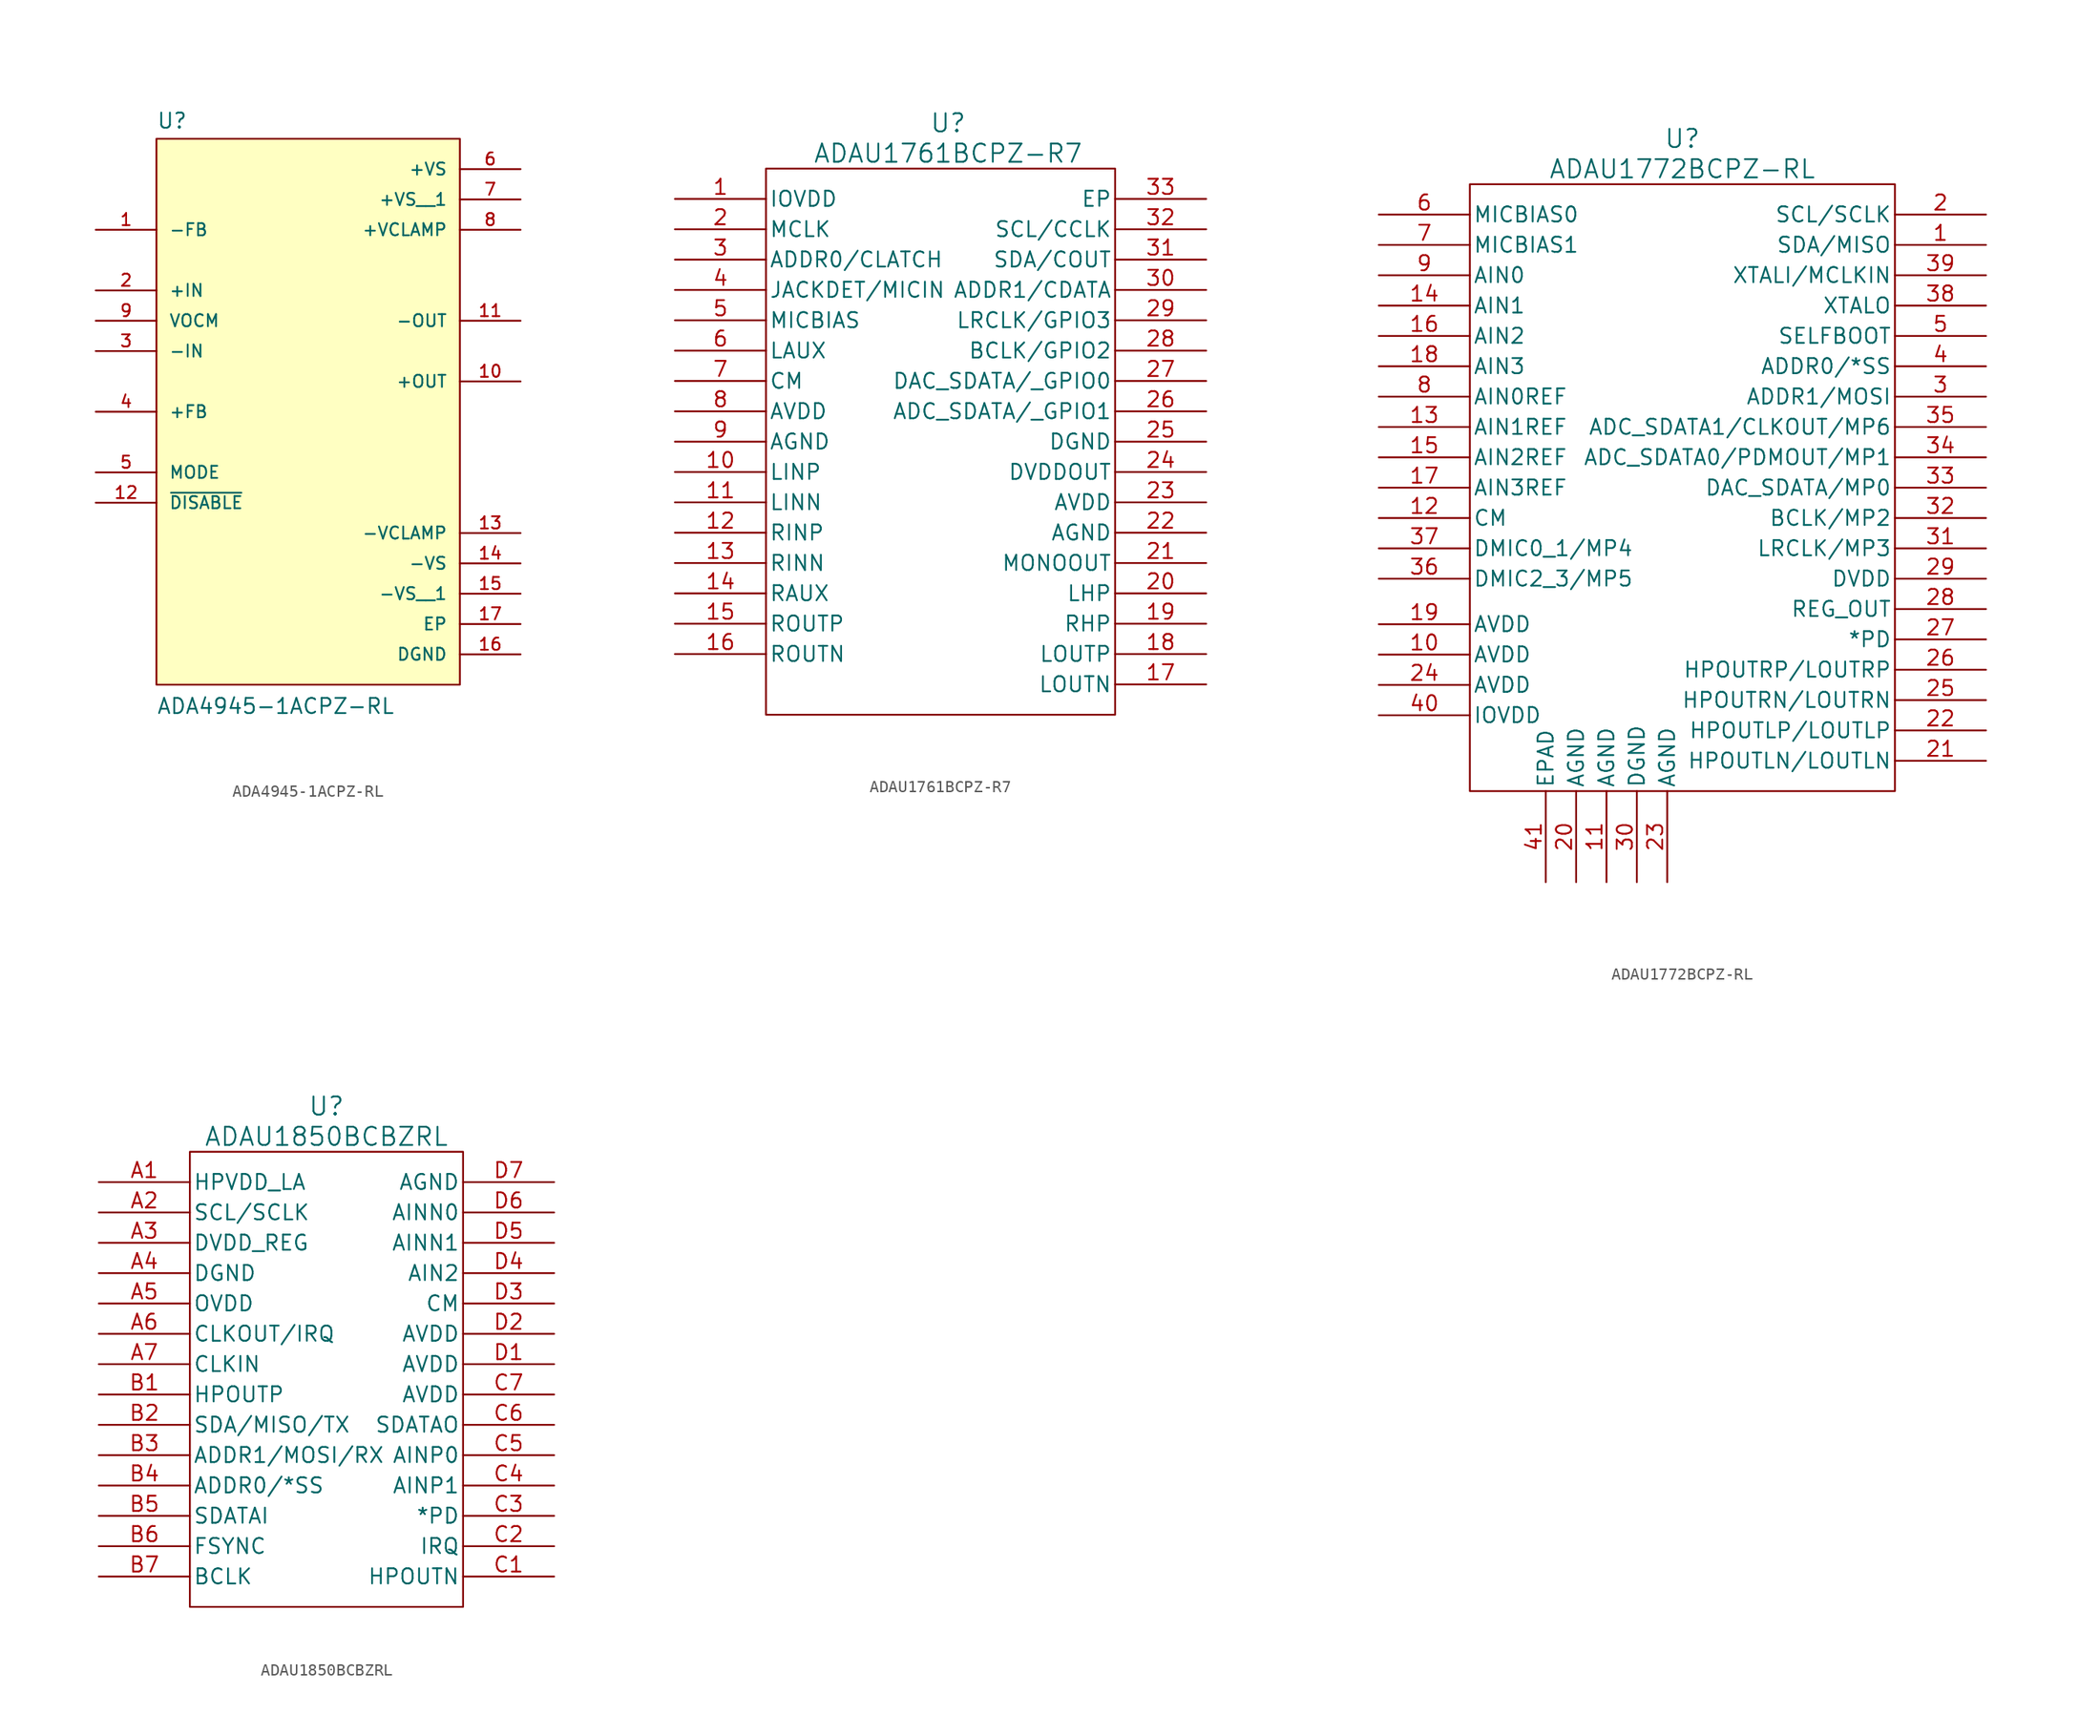
<source format=kicad_sym>
(kicad_symbol_lib
  (version 20231120)
  (generator "kicad_symbol_editor")
  (generator_version "8.0")
  (symbol "ADA4945-1ACPZ-RL"
    (pin_names
      (offset 1.016))
    (property "Reference" "U"
      (at -12.7 21.082 0)
      (effects (font (size 1.27 1.27)) (justify left bottom)))
    (property "Value" "ADA4945-1ACPZ-RL"
      (at -12.7 -27.94 0)
      (effects (font (size 1.27 1.27)) (justify left bottom)))
    (symbol "ADA4945-1ACPZ-RL_0_0"
      (rectangle (start -12.7 -25.4) (end 12.7 20.32) (stroke (width 0.152) (type default)) (fill (type background)))
      (pin input line (at -17.78 12.7 0) (length 5.08) (name "-FB" (effects (font (size 1.016 1.016)))) (number "1" (effects (font (size 1.016 1.016)))))
      (pin output line (at 17.78 0 180) (length 5.08) (name "+OUT" (effects (font (size 1.016 1.016)))) (number "10" (effects (font (size 1.016 1.016)))))
      (pin output line (at 17.78 5.08 180) (length 5.08) (name "-OUT" (effects (font (size 1.016 1.016)))) (number "11" (effects (font (size 1.016 1.016)))))
      (pin input line (at -17.78 -10.16 0) (length 5.08) (name "~{DISABLE}" (effects (font (size 1.016 1.016)))) (number "12" (effects (font (size 1.016 1.016)))))
      (pin power_in line (at 17.78 -12.7 180) (length 5.08) (name "-VCLAMP" (effects (font (size 1.016 1.016)))) (number "13" (effects (font (size 1.016 1.016)))))
      (pin power_in line (at 17.78 -15.24 180) (length 5.08) (name "-VS" (effects (font (size 1.016 1.016)))) (number "14" (effects (font (size 1.016 1.016)))))
      (pin power_in line (at 17.78 -17.78 180) (length 5.08) (name "-VS__1" (effects (font (size 1.016 1.016)))) (number "15" (effects (font (size 1.016 1.016)))))
      (pin power_in line (at 17.78 -22.86 180) (length 5.08) (name "DGND" (effects (font (size 1.016 1.016)))) (number "16" (effects (font (size 1.016 1.016)))))
      (pin power_in line (at 17.78 -20.32 180) (length 5.08) (name "EP" (effects (font (size 1.016 1.016)))) (number "17" (effects (font (size 1.016 1.016)))))
      (pin input line (at -17.78 7.62 0) (length 5.08) (name "+IN" (effects (font (size 1.016 1.016)))) (number "2" (effects (font (size 1.016 1.016)))))
      (pin input line (at -17.78 2.54 0) (length 5.08) (name "-IN" (effects (font (size 1.016 1.016)))) (number "3" (effects (font (size 1.016 1.016)))))
      (pin input line (at -17.78 -2.54 0) (length 5.08) (name "+FB" (effects (font (size 1.016 1.016)))) (number "4" (effects (font (size 1.016 1.016)))))
      (pin input line (at -17.78 -7.62 0) (length 5.08) (name "MODE" (effects (font (size 1.016 1.016)))) (number "5" (effects (font (size 1.016 1.016)))))
      (pin power_in line (at 17.78 17.78 180) (length 5.08) (name "+VS" (effects (font (size 1.016 1.016)))) (number "6" (effects (font (size 1.016 1.016)))))
      (pin power_in line (at 17.78 15.24 180) (length 5.08) (name "+VS__1" (effects (font (size 1.016 1.016)))) (number "7" (effects (font (size 1.016 1.016)))))
      (pin power_in line (at 17.78 12.7 180) (length 5.08) (name "+VCLAMP" (effects (font (size 1.016 1.016)))) (number "8" (effects (font (size 1.016 1.016)))))
      (pin passive line (at -17.78 5.08 0) (length 5.08) (name "VOCM" (effects (font (size 1.016 1.016)))) (number "9" (effects (font (size 1.016 1.016)))))))
  (symbol "ADAU1761BCPZ-R7"
    (pin_names
      (offset 0.254))
    (property "Reference" "U"
      (at 22.86 6.35 0)
      (effects (font (size 1.524 1.524))))
    (property "Value" "ADAU1761BCPZ-R7"
      (at 22.86 3.81 0)
      (effects (font (size 1.524 1.524))))
    (symbol "ADAU1761BCPZ-R7_0_1"
      (pin power_in line (at 0 0 0) (length 7.62) (name "IOVDD" (effects (font (size 1.27 1.27)))) (number "1" (effects (font (size 1.27 1.27)))))
      (pin unspecified line (at 0 -22.86 0) (length 7.62) (name "LINP" (effects (font (size 1.27 1.27)))) (number "10" (effects (font (size 1.27 1.27)))))
      (pin unspecified line (at 0 -25.4 0) (length 7.62) (name "LINN" (effects (font (size 1.27 1.27)))) (number "11" (effects (font (size 1.27 1.27)))))
      (pin unspecified line (at 0 -27.94 0) (length 7.62) (name "RINP" (effects (font (size 1.27 1.27)))) (number "12" (effects (font (size 1.27 1.27)))))
      (pin unspecified line (at 0 -30.48 0) (length 7.62) (name "RINN" (effects (font (size 1.27 1.27)))) (number "13" (effects (font (size 1.27 1.27)))))
      (pin unspecified line (at 0 -33.02 0) (length 7.62) (name "RAUX" (effects (font (size 1.27 1.27)))) (number "14" (effects (font (size 1.27 1.27)))))
      (pin unspecified line (at 0 -35.56 0) (length 7.62) (name "ROUTP" (effects (font (size 1.27 1.27)))) (number "15" (effects (font (size 1.27 1.27)))))
      (pin unspecified line (at 0 -38.1 0) (length 7.62) (name "ROUTN" (effects (font (size 1.27 1.27)))) (number "16" (effects (font (size 1.27 1.27)))))
      (pin unspecified line (at 44.45 -40.64 180) (length 7.62) (name "LOUTN" (effects (font (size 1.27 1.27)))) (number "17" (effects (font (size 1.27 1.27)))))
      (pin unspecified line (at 44.45 -38.1 180) (length 7.62) (name "LOUTP" (effects (font (size 1.27 1.27)))) (number "18" (effects (font (size 1.27 1.27)))))
      (pin unspecified line (at 44.45 -35.56 180) (length 7.62) (name "RHP" (effects (font (size 1.27 1.27)))) (number "19" (effects (font (size 1.27 1.27)))))
      (pin unspecified line (at 0 -2.54 0) (length 7.62) (name "MCLK" (effects (font (size 1.27 1.27)))) (number "2" (effects (font (size 1.27 1.27)))))
      (pin unspecified line (at 44.45 -33.02 180) (length 7.62) (name "LHP" (effects (font (size 1.27 1.27)))) (number "20" (effects (font (size 1.27 1.27)))))
      (pin unspecified line (at 44.45 -30.48 180) (length 7.62) (name "MONOOUT" (effects (font (size 1.27 1.27)))) (number "21" (effects (font (size 1.27 1.27)))))
      (pin unspecified line (at 44.45 -27.94 180) (length 7.62) (name "AGND" (effects (font (size 1.27 1.27)))) (number "22" (effects (font (size 1.27 1.27)))))
      (pin power_in line (at 44.45 -25.4 180) (length 7.62) (name "AVDD" (effects (font (size 1.27 1.27)))) (number "23" (effects (font (size 1.27 1.27)))))
      (pin power_in line (at 44.45 -22.86 180) (length 7.62) (name "DVDDOUT" (effects (font (size 1.27 1.27)))) (number "24" (effects (font (size 1.27 1.27)))))
      (pin unspecified line (at 44.45 -20.32 180) (length 7.62) (name "DGND" (effects (font (size 1.27 1.27)))) (number "25" (effects (font (size 1.27 1.27)))))
      (pin unspecified line (at 44.45 -17.78 180) (length 7.62) (name "ADC_SDATA/_GPIO1" (effects (font (size 1.27 1.27)))) (number "26" (effects (font (size 1.27 1.27)))))
      (pin unspecified line (at 44.45 -15.24 180) (length 7.62) (name "DAC_SDATA/_GPIO0" (effects (font (size 1.27 1.27)))) (number "27" (effects (font (size 1.27 1.27)))))
      (pin unspecified line (at 44.45 -12.7 180) (length 7.62) (name "BCLK/GPIO2" (effects (font (size 1.27 1.27)))) (number "28" (effects (font (size 1.27 1.27)))))
      (pin unspecified line (at 44.45 -10.16 180) (length 7.62) (name "LRCLK/GPIO3" (effects (font (size 1.27 1.27)))) (number "29" (effects (font (size 1.27 1.27)))))
      (pin unspecified line (at 0 -5.08 0) (length 7.62) (name "ADDR0/CLATCH" (effects (font (size 1.27 1.27)))) (number "3" (effects (font (size 1.27 1.27)))))
      (pin unspecified line (at 44.45 -7.62 180) (length 7.62) (name "ADDR1/CDATA" (effects (font (size 1.27 1.27)))) (number "30" (effects (font (size 1.27 1.27)))))
      (pin unspecified line (at 44.45 -5.08 180) (length 7.62) (name "SDA/COUT" (effects (font (size 1.27 1.27)))) (number "31" (effects (font (size 1.27 1.27)))))
      (pin unspecified line (at 44.45 -2.54 180) (length 7.62) (name "SCL/CCLK" (effects (font (size 1.27 1.27)))) (number "32" (effects (font (size 1.27 1.27)))))
      (pin unspecified line (at 44.45 0 180) (length 7.62) (name "EP" (effects (font (size 1.27 1.27)))) (number "33" (effects (font (size 1.27 1.27)))))
      (pin unspecified line (at 0 -7.62 0) (length 7.62) (name "JACKDET/MICIN" (effects (font (size 1.27 1.27)))) (number "4" (effects (font (size 1.27 1.27)))))
      (pin unspecified line (at 0 -10.16 0) (length 7.62) (name "MICBIAS" (effects (font (size 1.27 1.27)))) (number "5" (effects (font (size 1.27 1.27)))))
      (pin unspecified line (at 0 -12.7 0) (length 7.62) (name "LAUX" (effects (font (size 1.27 1.27)))) (number "6" (effects (font (size 1.27 1.27)))))
      (pin unspecified line (at 0 -15.24 0) (length 7.62) (name "CM" (effects (font (size 1.27 1.27)))) (number "7" (effects (font (size 1.27 1.27)))))
      (pin power_in line (at 0 -17.78 0) (length 7.62) (name "AVDD" (effects (font (size 1.27 1.27)))) (number "8" (effects (font (size 1.27 1.27)))))
      (pin unspecified line (at 0 -20.32 0) (length 7.62) (name "AGND" (effects (font (size 1.27 1.27)))) (number "9" (effects (font (size 1.27 1.27))))))
    (symbol "ADAU1761BCPZ-R7_1_1"
      (rectangle (start 7.62 2.54) (end 36.83 -43.18) (stroke (width 0) (type default)) (fill (type none)))))
  (symbol "ADAU1772BCPZ-RL"
    (pin_names
      (offset 0.254))
    (property "Reference" "U"
      (at 25.4 6.35 0)
      (effects (font (size 1.524 1.524))))
    (property "Value" "ADAU1772BCPZ-RL"
      (at 25.4 3.81 0)
      (effects (font (size 1.524 1.524))))
    (symbol "ADAU1772BCPZ-RL_0_1"
      (pin bidirectional line (at 50.8 -2.54 180) (length 7.62) (name "SDA/MISO" (effects (font (size 1.27 1.27)))) (number "1" (effects (font (size 1.27 1.27)))))
      (pin power_in line (at 0 -36.83 0) (length 7.62) (name "AVDD" (effects (font (size 1.27 1.27)))) (number "10" (effects (font (size 1.27 1.27)))))
      (pin power_in line (at 19.05 -55.88 90) (length 7.62) (name "AGND" (effects (font (size 1.27 1.27)))) (number "11" (effects (font (size 1.27 1.27)))))
      (pin output line (at 0 -25.4 0) (length 7.62) (name "CM" (effects (font (size 1.27 1.27)))) (number "12" (effects (font (size 1.27 1.27)))))
      (pin input line (at 0 -17.78 0) (length 7.62) (name "AIN1REF" (effects (font (size 1.27 1.27)))) (number "13" (effects (font (size 1.27 1.27)))))
      (pin input line (at 0 -7.62 0) (length 7.62) (name "AIN1" (effects (font (size 1.27 1.27)))) (number "14" (effects (font (size 1.27 1.27)))))
      (pin input line (at 0 -20.32 0) (length 7.62) (name "AIN2REF" (effects (font (size 1.27 1.27)))) (number "15" (effects (font (size 1.27 1.27)))))
      (pin input line (at 0 -10.16 0) (length 7.62) (name "AIN2" (effects (font (size 1.27 1.27)))) (number "16" (effects (font (size 1.27 1.27)))))
      (pin input line (at 0 -22.86 0) (length 7.62) (name "AIN3REF" (effects (font (size 1.27 1.27)))) (number "17" (effects (font (size 1.27 1.27)))))
      (pin input line (at 0 -12.7 0) (length 7.62) (name "AIN3" (effects (font (size 1.27 1.27)))) (number "18" (effects (font (size 1.27 1.27)))))
      (pin power_in line (at 0 -34.29 0) (length 7.62) (name "AVDD" (effects (font (size 1.27 1.27)))) (number "19" (effects (font (size 1.27 1.27)))))
      (pin input line (at 50.8 0 180) (length 7.62) (name "SCL/SCLK" (effects (font (size 1.27 1.27)))) (number "2" (effects (font (size 1.27 1.27)))))
      (pin power_in line (at 16.51 -55.88 90) (length 7.62) (name "AGND" (effects (font (size 1.27 1.27)))) (number "20" (effects (font (size 1.27 1.27)))))
      (pin output line (at 50.8 -45.72 180) (length 7.62) (name "HPOUTLN/LOUTLN" (effects (font (size 1.27 1.27)))) (number "21" (effects (font (size 1.27 1.27)))))
      (pin output line (at 50.8 -43.18 180) (length 7.62) (name "HPOUTLP/LOUTLP" (effects (font (size 1.27 1.27)))) (number "22" (effects (font (size 1.27 1.27)))))
      (pin power_in line (at 24.13 -55.88 90) (length 7.62) (name "AGND" (effects (font (size 1.27 1.27)))) (number "23" (effects (font (size 1.27 1.27)))))
      (pin power_in line (at 0 -39.37 0) (length 7.62) (name "AVDD" (effects (font (size 1.27 1.27)))) (number "24" (effects (font (size 1.27 1.27)))))
      (pin output line (at 50.8 -40.64 180) (length 7.62) (name "HPOUTRN/LOUTRN" (effects (font (size 1.27 1.27)))) (number "25" (effects (font (size 1.27 1.27)))))
      (pin output line (at 50.8 -38.1 180) (length 7.62) (name "HPOUTRP/LOUTRP" (effects (font (size 1.27 1.27)))) (number "26" (effects (font (size 1.27 1.27)))))
      (pin input line (at 50.8 -35.56 180) (length 7.62) (name "*PD" (effects (font (size 1.27 1.27)))) (number "27" (effects (font (size 1.27 1.27)))))
      (pin output line (at 50.8 -33.02 180) (length 7.62) (name "REG_OUT" (effects (font (size 1.27 1.27)))) (number "28" (effects (font (size 1.27 1.27)))))
      (pin power_in line (at 50.8 -30.48 180) (length 7.62) (name "DVDD" (effects (font (size 1.27 1.27)))) (number "29" (effects (font (size 1.27 1.27)))))
      (pin input line (at 50.8 -15.24 180) (length 7.62) (name "ADDR1/MOSI" (effects (font (size 1.27 1.27)))) (number "3" (effects (font (size 1.27 1.27)))))
      (pin power_in line (at 21.59 -55.88 90) (length 7.62) (name "DGND" (effects (font (size 1.27 1.27)))) (number "30" (effects (font (size 1.27 1.27)))))
      (pin bidirectional line (at 50.8 -27.94 180) (length 7.62) (name "LRCLK/MP3" (effects (font (size 1.27 1.27)))) (number "31" (effects (font (size 1.27 1.27)))))
      (pin bidirectional line (at 50.8 -25.4 180) (length 7.62) (name "BCLK/MP2" (effects (font (size 1.27 1.27)))) (number "32" (effects (font (size 1.27 1.27)))))
      (pin bidirectional line (at 50.8 -22.86 180) (length 7.62) (name "DAC_SDATA/MP0" (effects (font (size 1.27 1.27)))) (number "33" (effects (font (size 1.27 1.27)))))
      (pin bidirectional line (at 50.8 -20.32 180) (length 7.62) (name "ADC_SDATA0/PDMOUT/MP1" (effects (font (size 1.27 1.27)))) (number "34" (effects (font (size 1.27 1.27)))))
      (pin bidirectional line (at 50.8 -17.78 180) (length 7.62) (name "ADC_SDATA1/CLKOUT/MP6" (effects (font (size 1.27 1.27)))) (number "35" (effects (font (size 1.27 1.27)))))
      (pin input line (at 0 -30.48 0) (length 7.62) (name "DMIC2_3/MP5" (effects (font (size 1.27 1.27)))) (number "36" (effects (font (size 1.27 1.27)))))
      (pin input line (at 0 -27.94 0) (length 7.62) (name "DMIC0_1/MP4" (effects (font (size 1.27 1.27)))) (number "37" (effects (font (size 1.27 1.27)))))
      (pin output line (at 50.8 -7.62 180) (length 7.62) (name "XTALO" (effects (font (size 1.27 1.27)))) (number "38" (effects (font (size 1.27 1.27)))))
      (pin input line (at 50.8 -5.08 180) (length 7.62) (name "XTALI/MCLKIN" (effects (font (size 1.27 1.27)))) (number "39" (effects (font (size 1.27 1.27)))))
      (pin input line (at 50.8 -12.7 180) (length 7.62) (name "ADDR0/*SS" (effects (font (size 1.27 1.27)))) (number "4" (effects (font (size 1.27 1.27)))))
      (pin power_in line (at 0 -41.91 0) (length 7.62) (name "IOVDD" (effects (font (size 1.27 1.27)))) (number "40" (effects (font (size 1.27 1.27)))))
      (pin unspecified line (at 13.97 -55.88 90) (length 7.62) (name "EPAD" (effects (font (size 1.27 1.27)))) (number "41" (effects (font (size 1.27 1.27)))))
      (pin input line (at 50.8 -10.16 180) (length 7.62) (name "SELFBOOT" (effects (font (size 1.27 1.27)))) (number "5" (effects (font (size 1.27 1.27)))))
      (pin output line (at 0 0 0) (length 7.62) (name "MICBIAS0" (effects (font (size 1.27 1.27)))) (number "6" (effects (font (size 1.27 1.27)))))
      (pin output line (at 0 -2.54 0) (length 7.62) (name "MICBIAS1" (effects (font (size 1.27 1.27)))) (number "7" (effects (font (size 1.27 1.27)))))
      (pin input line (at 0 -15.24 0) (length 7.62) (name "AIN0REF" (effects (font (size 1.27 1.27)))) (number "8" (effects (font (size 1.27 1.27))))))
    (symbol "ADAU1772BCPZ-RL_1_1"
      (rectangle (start 7.62 2.54) (end 43.18 -48.26) (stroke (width 0) (type default)) (fill (type none)))
      (pin input line (at 0 -5.08 0) (length 7.62) (name "AIN0" (effects (font (size 1.27 1.27)))) (number "9" (effects (font (size 1.27 1.27)))))))
  (symbol "ADAU1850BCBZRL"
    (pin_names
      (offset 0.254))
    (property "Reference" "U"
      (at 19.05 6.35 0)
      (effects (font (size 1.524 1.524))))
    (property "Value" "ADAU1850BCBZRL"
      (at 19.05 3.81 0)
      (effects (font (size 1.524 1.524))))
    (symbol "ADAU1850BCBZRL_0_1"
      (pin unspecified line (at 0 0 0) (length 7.62) (name "HPVDD_LA" (effects (font (size 1.27 1.27)))) (number "A1" (effects (font (size 1.27 1.27)))))
      (pin unspecified line (at 0 -2.54 0) (length 7.62) (name "SCL/SCLK" (effects (font (size 1.27 1.27)))) (number "A2" (effects (font (size 1.27 1.27)))))
      (pin unspecified line (at 0 -5.08 0) (length 7.62) (name "DVDD_REG" (effects (font (size 1.27 1.27)))) (number "A3" (effects (font (size 1.27 1.27)))))
      (pin unspecified line (at 0 -7.62 0) (length 7.62) (name "DGND" (effects (font (size 1.27 1.27)))) (number "A4" (effects (font (size 1.27 1.27)))))
      (pin unspecified line (at 0 -10.16 0) (length 7.62) (name "OVDD" (effects (font (size 1.27 1.27)))) (number "A5" (effects (font (size 1.27 1.27)))))
      (pin unspecified line (at 0 -12.7 0) (length 7.62) (name "CLKOUT/IRQ" (effects (font (size 1.27 1.27)))) (number "A6" (effects (font (size 1.27 1.27)))))
      (pin unspecified line (at 0 -15.24 0) (length 7.62) (name "CLKIN" (effects (font (size 1.27 1.27)))) (number "A7" (effects (font (size 1.27 1.27)))))
      (pin unspecified line (at 0 -17.78 0) (length 7.62) (name "HPOUTP" (effects (font (size 1.27 1.27)))) (number "B1" (effects (font (size 1.27 1.27)))))
      (pin unspecified line (at 0 -20.32 0) (length 7.62) (name "SDA/MISO/TX" (effects (font (size 1.27 1.27)))) (number "B2" (effects (font (size 1.27 1.27)))))
      (pin unspecified line (at 0 -22.86 0) (length 7.62) (name "ADDR1/MOSI/RX" (effects (font (size 1.27 1.27)))) (number "B3" (effects (font (size 1.27 1.27)))))
      (pin unspecified line (at 0 -25.4 0) (length 7.62) (name "ADDR0/*SS" (effects (font (size 1.27 1.27)))) (number "B4" (effects (font (size 1.27 1.27)))))
      (pin unspecified line (at 0 -27.94 0) (length 7.62) (name "SDATAI" (effects (font (size 1.27 1.27)))) (number "B5" (effects (font (size 1.27 1.27)))))
      (pin unspecified line (at 0 -30.48 0) (length 7.62) (name "FSYNC" (effects (font (size 1.27 1.27)))) (number "B6" (effects (font (size 1.27 1.27)))))
      (pin unspecified line (at 0 -33.02 0) (length 7.62) (name "BCLK" (effects (font (size 1.27 1.27)))) (number "B7" (effects (font (size 1.27 1.27)))))
      (pin unspecified line (at 38.1 -33.02 180) (length 7.62) (name "HPOUTN" (effects (font (size 1.27 1.27)))) (number "C1" (effects (font (size 1.27 1.27)))))
      (pin unspecified line (at 38.1 -30.48 180) (length 7.62) (name "IRQ" (effects (font (size 1.27 1.27)))) (number "C2" (effects (font (size 1.27 1.27)))))
      (pin unspecified line (at 38.1 -27.94 180) (length 7.62) (name "*PD" (effects (font (size 1.27 1.27)))) (number "C3" (effects (font (size 1.27 1.27)))))
      (pin unspecified line (at 38.1 -25.4 180) (length 7.62) (name "AINP1" (effects (font (size 1.27 1.27)))) (number "C4" (effects (font (size 1.27 1.27)))))
      (pin unspecified line (at 38.1 -22.86 180) (length 7.62) (name "AINP0" (effects (font (size 1.27 1.27)))) (number "C5" (effects (font (size 1.27 1.27)))))
      (pin unspecified line (at 38.1 -20.32 180) (length 7.62) (name "SDATAO" (effects (font (size 1.27 1.27)))) (number "C6" (effects (font (size 1.27 1.27)))))
      (pin unspecified line (at 38.1 -17.78 180) (length 7.62) (name "AVDD" (effects (font (size 1.27 1.27)))) (number "C7" (effects (font (size 1.27 1.27)))))
      (pin unspecified line (at 38.1 -15.24 180) (length 7.62) (name "AVDD" (effects (font (size 1.27 1.27)))) (number "D1" (effects (font (size 1.27 1.27)))))
      (pin unspecified line (at 38.1 -12.7 180) (length 7.62) (name "AVDD" (effects (font (size 1.27 1.27)))) (number "D2" (effects (font (size 1.27 1.27)))))
      (pin unspecified line (at 38.1 -10.16 180) (length 7.62) (name "CM" (effects (font (size 1.27 1.27)))) (number "D3" (effects (font (size 1.27 1.27)))))
      (pin unspecified line (at 38.1 -7.62 180) (length 7.62) (name "AIN2" (effects (font (size 1.27 1.27)))) (number "D4" (effects (font (size 1.27 1.27)))))
      (pin unspecified line (at 38.1 -5.08 180) (length 7.62) (name "AINN1" (effects (font (size 1.27 1.27)))) (number "D5" (effects (font (size 1.27 1.27)))))
      (pin unspecified line (at 38.1 -2.54 180) (length 7.62) (name "AINN0" (effects (font (size 1.27 1.27)))) (number "D6" (effects (font (size 1.27 1.27)))))
      (pin unspecified line (at 38.1 0 180) (length 7.62) (name "AGND" (effects (font (size 1.27 1.27)))) (number "D7" (effects (font (size 1.27 1.27))))))
    (symbol "ADAU1850BCBZRL_1_1"
      (rectangle (start 7.62 2.54) (end 30.48 -35.56) (stroke (width 0) (type default)) (fill (type none))))))
</source>
